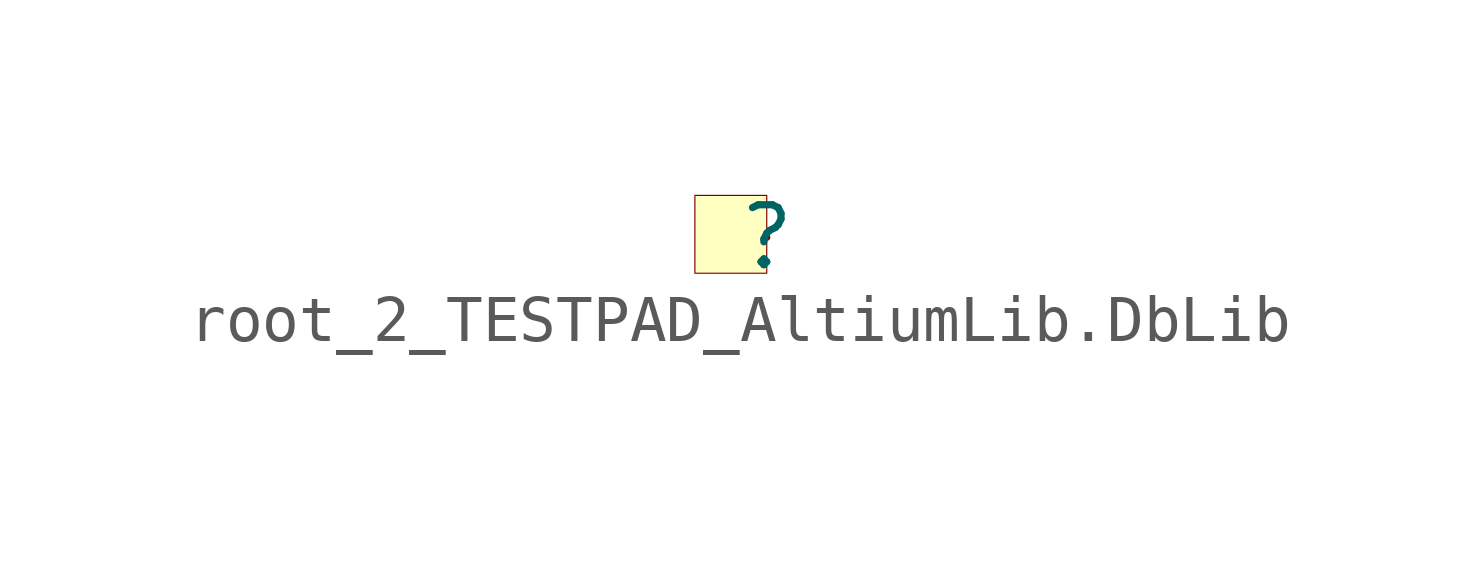
<source format=kicad_sym>
(kicad_symbol_lib
  (version 20241209)
  (generator "kicad_symbol_editor")
  (generator_version "9.0")
  (symbol "root_2_TESTPAD_AltiumLib.DbLib"
    (pin_numbers
      (hide yes))
    (pin_names
      (hide yes))
    (property "Reference" ""
      (at 0 0 0)
      (effects (font (size 1.27 1.27))))
    (property "Value" ""
      (at 0 0 0)
      (effects (font (size 1.27 1.27))))
    (symbol "root_2_TESTPAD_AltiumLib.DbLib_1_0"
      (rectangle (start 0 0.889) (end -1.524 -0.762) (stroke (width 0.025) (type solid) (color 128 0 0 1)) (fill (type background)))
      (pin passive line (at 0 0 180) (length 0) (name "1" (effects (font (size 1.27 1.27)))) (number "1" (effects (font (size 1.27 1.27))))))))
</source>
